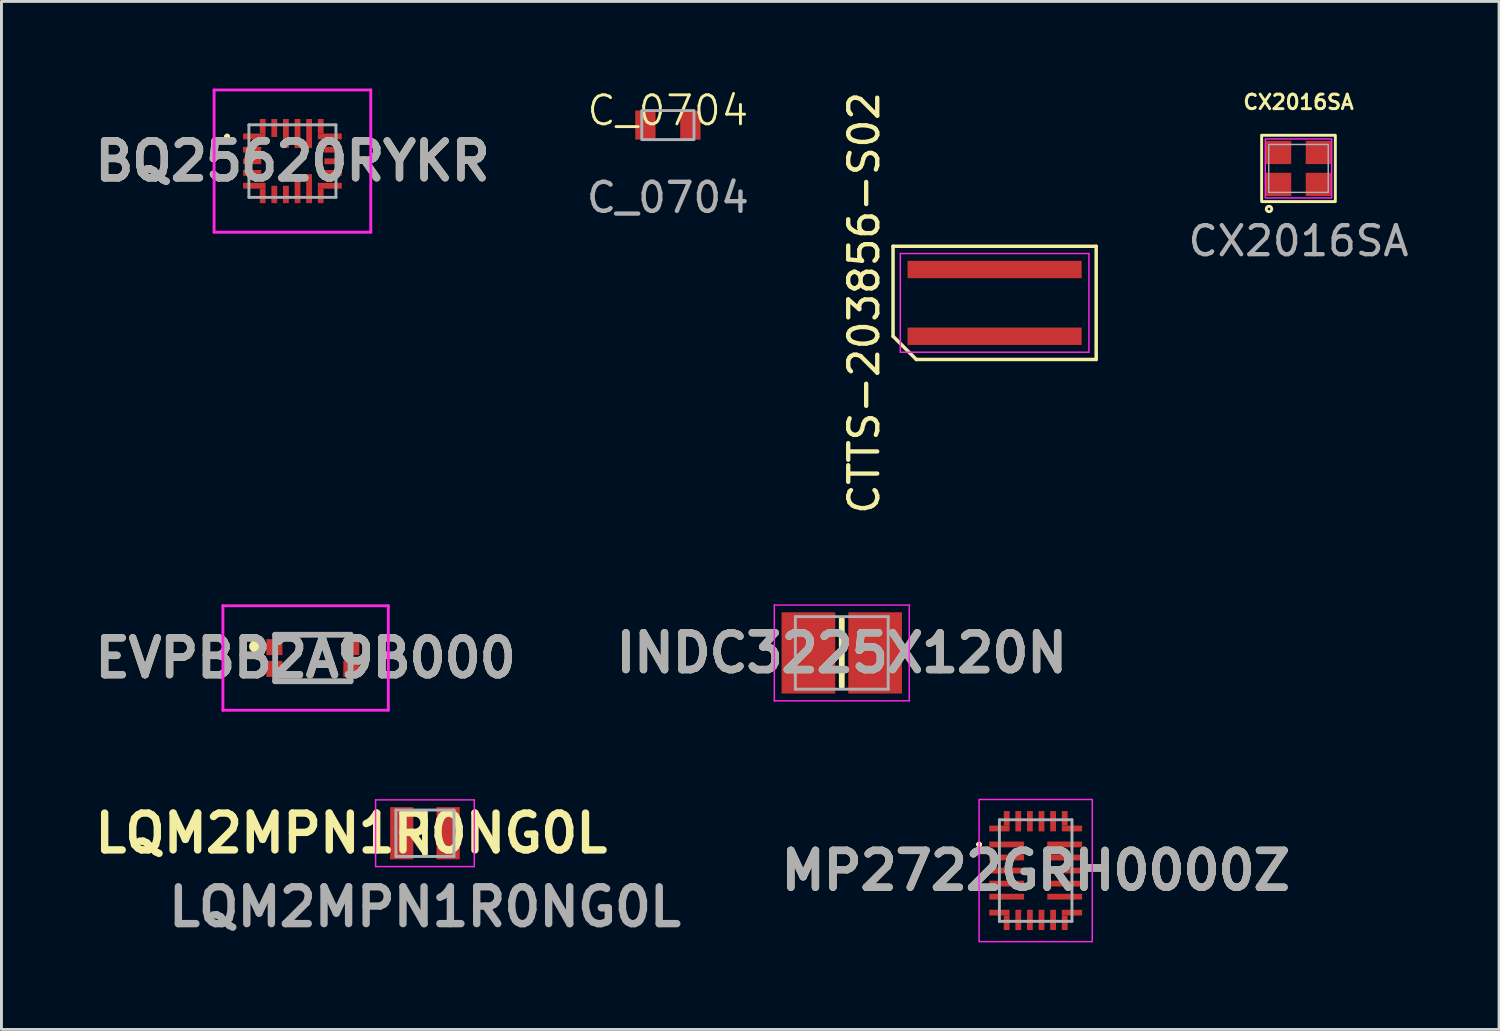
<source format=kicad_pcb>
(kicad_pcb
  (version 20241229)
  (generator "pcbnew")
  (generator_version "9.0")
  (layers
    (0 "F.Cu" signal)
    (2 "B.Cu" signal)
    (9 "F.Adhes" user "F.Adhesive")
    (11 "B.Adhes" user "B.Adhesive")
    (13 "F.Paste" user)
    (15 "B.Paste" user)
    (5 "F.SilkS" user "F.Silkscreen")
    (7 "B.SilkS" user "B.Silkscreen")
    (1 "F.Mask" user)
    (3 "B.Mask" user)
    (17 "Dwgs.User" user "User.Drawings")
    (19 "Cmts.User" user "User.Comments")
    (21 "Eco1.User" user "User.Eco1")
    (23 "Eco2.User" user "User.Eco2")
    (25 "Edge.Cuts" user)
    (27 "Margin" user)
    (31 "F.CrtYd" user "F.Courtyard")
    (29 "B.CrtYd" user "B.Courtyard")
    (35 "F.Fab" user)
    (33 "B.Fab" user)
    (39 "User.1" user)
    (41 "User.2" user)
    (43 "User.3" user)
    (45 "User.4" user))
  (footprint "CX2016SA"
    (layer "F.Cu")
    (at 41.695 2.754)
    (property "Reference" "CX2016SA" (at 0 -2.286 0) (unlocked yes) (layer "F.SilkS") (effects (font (size 0.5 0.5) (thickness 0.1))))
    (attr smd)
    (fp_rect (start -1.27 -1.143) (end 1.27 1.143) (stroke (width 0.1) (type default)) (fill no) (layer "F.SilkS"))
    (fp_circle (center -1.016 1.397) (end -0.972 1.391) (stroke (width 0.1) (type default)) (fill no) (layer "F.SilkS"))
    (fp_rect (start -1.143 -1.016) (end 1.143 1.016) (stroke (width 0.05) (type default)) (fill no) (layer "F.CrtYd"))
    (fp_rect (start 1.025 0.825) (end -1.025 -0.825) (stroke (width 0.05) (type default)) (fill no) (layer "F.Fab"))
    (fp_text user "${REFERENCE}" (at 0 2.5 0) (unlocked yes) (layer "F.Fab") (effects (font (size 1 1) (thickness 0.15))))
    (pad "1" smd rect (at -0.7 0.55) (size 0.9 0.8) (layers "F.Cu" "F.Mask" "F.Paste"))
    (pad "2" smd rect (at 0.7 0.55) (size 0.9 0.8) (layers "F.Cu" "F.Mask" "F.Paste"))
    (pad "3" smd rect (at 0.7 -0.55) (size 0.9 0.8) (layers "F.Cu" "F.Mask" "F.Paste"))
    (pad "4" smd rect (at -0.7 -0.55) (size 0.9 0.8) (layers "F.Cu" "F.Mask" "F.Paste")))
  (footprint "EVPBB2A9B000"
    (layer "F.Cu")
    (at 7.481 19.624)
    (property "Reference" "EVPBB2A9B000" (at 0 0 0) (layer "F.SilkS") (effects (font (size 1.27 1.27) (thickness 0.254))))
    (attr smd)
    (fp_line (start -1.75 -0.5) (end -1.75 -0.5) (stroke (width 0.2) (type solid)) (layer "F.SilkS"))
    (fp_line (start -1.75 -0.3) (end -1.75 -0.3) (stroke (width 0.2) (type solid)) (layer "F.SilkS"))
    (fp_line (start -1.075 0.8) (end 1.575 0.8) (stroke (width 0.1) (type solid)) (layer "F.SilkS"))
    (fp_line (start -1.05 -0.8) (end 1.55 -0.8) (stroke (width 0.1) (type solid)) (layer "F.SilkS"))
    (fp_arc (start -1.75 -0.5) (mid -1.65 -0.4) (end -1.75 -0.3) (stroke (width 0.2) (type solid)) (layer "F.SilkS"))
    (fp_arc (start -1.75 -0.3) (mid -1.85 -0.4) (end -1.75 -0.5) (stroke (width 0.2) (type solid)) (layer "F.SilkS"))
    (fp_line (start -2.85 -1.8) (end 2.85 -1.8) (stroke (width 0.1) (type solid)) (layer "F.CrtYd"))
    (fp_line (start -2.85 1.8) (end -2.85 -1.8) (stroke (width 0.1) (type solid)) (layer "F.CrtYd"))
    (fp_line (start 2.85 -1.8) (end 2.85 1.8) (stroke (width 0.1) (type solid)) (layer "F.CrtYd"))
    (fp_line (start 2.85 1.8) (end -2.85 1.8) (stroke (width 0.1) (type solid)) (layer "F.CrtYd"))
    (fp_line (start -1.05 -0.8) (end 1.55 -0.8) (stroke (width 0.2) (type solid)) (layer "F.Fab"))
    (fp_line (start -1.05 0.8) (end -1.05 -0.8) (stroke (width 0.2) (type solid)) (layer "F.Fab"))
    (fp_line (start 1.55 -0.8) (end 1.55 0.8) (stroke (width 0.2) (type solid)) (layer "F.Fab"))
    (fp_line (start 1.55 0.8) (end -1.05 0.8) (stroke (width 0.2) (type solid)) (layer "F.Fab"))
    (fp_text user "${REFERENCE}" (at 0 0 0) (layer "F.Fab") (effects (font (size 1.27 1.27) (thickness 0.254))))
    (pad "1" smd rect (at -1.075 -0.375 90) (size 0.55 0.55) (layers "F.Cu" "F.Mask" "F.Paste"))
    (pad "1" smd rect (at -1.075 0.375 90) (size 0.55 0.55) (layers "F.Cu" "F.Mask" "F.Paste"))
    (pad "2" smd rect (at 1.575 -0.375 90) (size 0.55 0.55) (layers "F.Cu" "F.Mask" "F.Paste"))
    (pad "2" smd rect (at 1.575 0.375 90) (size 0.55 0.55) (layers "F.Cu" "F.Mask" "F.Paste")))
  (footprint "BQ25620RYKR"
    (layer "F.Cu")
    (at 7.027 2.501)
    (property "Reference" "BQ25620RYKR" (at 0 0 0) (layer "F.SilkS") (effects (font (size 1.27 1.27) (thickness 0.254))))
    (attr smd)
    (fp_line (start -2.3 -0.85) (end -2.3 -0.85) (stroke (width 0.1) (type solid)) (layer "F.SilkS"))
    (fp_line (start -2.2 -0.85) (end -2.2 -0.85) (stroke (width 0.1) (type solid)) (layer "F.SilkS"))
    (fp_arc (start -2.3 -0.85) (mid -2.25 -0.9) (end -2.2 -0.85) (stroke (width 0.1) (type solid)) (layer "F.SilkS"))
    (fp_arc (start -2.2 -0.85) (mid -2.25 -0.8) (end -2.3 -0.85) (stroke (width 0.1) (type solid)) (layer "F.SilkS"))
    (fp_line (start -2.7 -2.451) (end 2.7 -2.451) (stroke (width 0.1) (type solid)) (layer "F.CrtYd"))
    (fp_line (start -2.7 2.45) (end -2.7 -2.451) (stroke (width 0.1) (type solid)) (layer "F.CrtYd"))
    (fp_line (start 2.7 -2.451) (end 2.7 2.45) (stroke (width 0.1) (type solid)) (layer "F.CrtYd"))
    (fp_line (start 2.7 2.45) (end -2.7 2.45) (stroke (width 0.1) (type solid)) (layer "F.CrtYd"))
    (fp_line (start -1.5 -1.25) (end -1.5 1.25) (stroke (width 0.1) (type solid)) (layer "F.Fab"))
    (fp_line (start -1.5 1.25) (end 1.5 1.25) (stroke (width 0.1) (type solid)) (layer "F.Fab"))
    (fp_line (start 1.5 -1.25) (end -1.5 -1.25) (stroke (width 0.1) (type solid)) (layer "F.Fab"))
    (fp_line (start 1.5 1.25) (end 1.5 -1.25) (stroke (width 0.1) (type solid)) (layer "F.Fab"))
    (fp_text user "${REFERENCE}" (at 0 0 0) (layer "F.Fab") (effects (font (size 1.27 1.27) (thickness 0.254))))
    (pad "1" smd rect (at -1.313 -0.85 90) (size 0.2 0.775) (layers "F.Cu" "F.Mask" "F.Paste"))
    (pad "1" smd rect (at -1.025 -1.2) (size 0.2 0.5) (layers "F.Cu" "F.Mask" "F.Paste"))
    (pad "2" smd rect (at -1.388 -0.393 90) (size 0.2 0.625) (layers "F.Cu" "F.Mask" "F.Paste"))
    (pad "3" smd rect (at -1.388 0.007 90) (size 0.2 0.625) (layers "F.Cu" "F.Mask" "F.Paste"))
    (pad "4" smd rect (at -1.388 0.407 90) (size 0.2 0.625) (layers "F.Cu" "F.Mask" "F.Paste"))
    (pad "5" smd rect (at -1.313 0.85 90) (size 0.2 0.775) (layers "F.Cu" "F.Mask" "F.Paste"))
    (pad "5" smd rect (at -1.025 1.2) (size 0.2 0.5) (layers "F.Cu" "F.Mask" "F.Paste"))
    (pad "6" smd rect (at -0.625 1.15) (size 0.2 0.6) (layers "F.Cu" "F.Mask" "F.Paste"))
    (pad "7" smd rect (at -0.225 1.15) (size 0.2 0.6) (layers "F.Cu" "F.Mask" "F.Paste"))
    (pad "8" smd rect (at 0.175 0.95) (size 0.2 1) (layers "F.Cu" "F.Mask" "F.Paste"))
    (pad "9" smd rect (at 0.575 0.95) (size 0.2 1) (layers "F.Cu" "F.Mask" "F.Paste"))
    (pad "10" smd rect (at 0.975 1.2) (size 0.2 0.5) (layers "F.Cu" "F.Mask" "F.Paste"))
    (pad "10" smd rect (at 1.288 0.85 90) (size 0.2 0.825) (layers "F.Cu" "F.Mask" "F.Paste"))
    (pad "11" smd rect (at 1.4 0.407 90) (size 0.2 0.6) (layers "F.Cu" "F.Mask" "F.Paste"))
    (pad "12" smd rect (at 1.4 0.007 90) (size 0.2 0.6) (layers "F.Cu" "F.Mask" "F.Paste"))
    (pad "13" smd rect (at 1.4 -0.393 90) (size 0.2 0.6) (layers "F.Cu" "F.Mask" "F.Paste"))
    (pad "14" smd rect (at 0.975 -1.2) (size 0.2 0.5) (layers "F.Cu" "F.Mask" "F.Paste"))
    (pad "14" smd rect (at 1.288 -0.85 90) (size 0.2 0.825) (layers "F.Cu" "F.Mask" "F.Paste"))
    (pad "15" smd rect (at 0.575 -0.95) (size 0.2 1) (layers "F.Cu" "F.Mask" "F.Paste"))
    (pad "16" smd rect (at 0.175 -0.95) (size 0.2 1) (layers "F.Cu" "F.Mask" "F.Paste"))
    (pad "17" smd rect (at -0.225 -0.95) (size 0.2 1) (layers "F.Cu" "F.Mask" "F.Paste"))
    (pad "18" smd rect (at -0.625 -1.141) (size 0.2 0.619) (layers "F.Cu" "F.Mask" "F.Paste")))
  (footprint "MP2722GRH0000Z"
    (layer "F.Cu")
    (at 32.639 26.949)
    (property "Reference" "MP2722GRH0000Z" (at 0 0 0) (layer "F.SilkS") (effects (font (size 1.27 1.27) (thickness 0.254))))
    (attr smd)
    (fp_line (start -2 -0.9) (end -2 -0.9) (stroke (width 0.1) (type solid)) (layer "F.SilkS"))
    (fp_line (start -1.9 -0.9) (end -1.9 -0.9) (stroke (width 0.1) (type solid)) (layer "F.SilkS"))
    (fp_arc (start -2 -0.9) (mid -1.95 -0.95) (end -1.9 -0.9) (stroke (width 0.1) (type solid)) (layer "F.SilkS"))
    (fp_arc (start -1.9 -0.9) (mid -1.95 -0.85) (end -2 -0.9) (stroke (width 0.1) (type solid)) (layer "F.SilkS"))
    (fp_rect (start -1.95 -2.45) (end 1.95 2.45) (stroke (width 0.05) (type default)) (fill no) (layer "F.CrtYd"))
    (fp_line (start -1.25 -1.75) (end 1.25 -1.75) (stroke (width 0.1) (type solid)) (layer "F.Fab"))
    (fp_line (start -1.25 1.75) (end -1.25 -1.75) (stroke (width 0.1) (type solid)) (layer "F.Fab"))
    (fp_line (start 1.25 -1.75) (end 1.25 1.75) (stroke (width 0.1) (type solid)) (layer "F.Fab"))
    (fp_line (start 1.25 1.75) (end -1.25 1.75) (stroke (width 0.1) (type solid)) (layer "F.Fab"))
    (fp_text user "${REFERENCE}" (at 0 0 0) (layer "F.Fab") (effects (font (size 1.27 1.27) (thickness 0.254))))
    (pad "1" smd rect (at -1 -0.9 90) (size 0.2 1.2) (layers "F.Cu" "F.Mask" "F.Paste"))
    (pad "2" smd rect (at -1 -0.45 90) (size 0.2 1.2) (layers "F.Cu" "F.Mask" "F.Paste"))
    (pad "3" smd rect (at -1 0 90) (size 0.2 1.2) (layers "F.Cu" "F.Mask" "F.Paste"))
    (pad "4" smd rect (at -1 0.45 90) (size 0.2 1.2) (layers "F.Cu" "F.Mask" "F.Paste"))
    (pad "5" smd rect (at -1 0.9 90) (size 0.2 1.2) (layers "F.Cu" "F.Mask" "F.Paste"))
    (pad "6" smd rect (at -1.25 1.45 90) (size 0.2 0.7) (layers "F.Cu" "F.Mask" "F.Paste"))
    (pad "6" smd rect (at -1 1.8) (size 0.2 0.5) (layers "F.Cu" "F.Mask" "F.Paste"))
    (pad "7" smd rect (at -0.6 1.7) (size 0.2 0.7) (layers "F.Cu" "F.Mask" "F.Paste"))
    (pad "8" smd rect (at -0.2 1.7) (size 0.2 0.7) (layers "F.Cu" "F.Mask" "F.Paste"))
    (pad "9" smd rect (at 0.2 1.7) (size 0.2 0.7) (layers "F.Cu" "F.Mask" "F.Paste"))
    (pad "10" smd rect (at 0.6 1.7) (size 0.2 0.7) (layers "F.Cu" "F.Mask" "F.Paste"))
    (pad "11" smd rect (at 1 1.8) (size 0.2 0.5) (layers "F.Cu" "F.Mask" "F.Paste"))
    (pad "11" smd rect (at 1.25 1.45 90) (size 0.2 0.7) (layers "F.Cu" "F.Mask" "F.Paste"))
    (pad "12" smd rect (at 1 0.9 90) (size 0.2 1.2) (layers "F.Cu" "F.Mask" "F.Paste"))
    (pad "13" smd rect (at 1 0.45 90) (size 0.2 1.2) (layers "F.Cu" "F.Mask" "F.Paste"))
    (pad "14" smd rect (at 1 0 90) (size 0.2 1.2) (layers "F.Cu" "F.Mask" "F.Paste"))
    (pad "15" smd rect (at 1 -0.45 90) (size 0.2 1.2) (layers "F.Cu" "F.Mask" "F.Paste"))
    (pad "16" smd rect (at 1 -0.9 90) (size 0.2 1.2) (layers "F.Cu" "F.Mask" "F.Paste"))
    (pad "17" smd rect (at 1 -1.8) (size 0.2 0.5) (layers "F.Cu" "F.Mask" "F.Paste"))
    (pad "17" smd rect (at 1.25 -1.45 90) (size 0.2 0.7) (layers "F.Cu" "F.Mask" "F.Paste"))
    (pad "18" smd rect (at 0.6 -1.7) (size 0.2 0.7) (layers "F.Cu" "F.Mask" "F.Paste"))
    (pad "19" smd rect (at 0.2 -1.7) (size 0.2 0.7) (layers "F.Cu" "F.Mask" "F.Paste"))
    (pad "20" smd rect (at -0.2 -1.7) (size 0.2 0.7) (layers "F.Cu" "F.Mask" "F.Paste"))
    (pad "21" smd rect (at -0.6 -1.7) (size 0.2 0.7) (layers "F.Cu" "F.Mask" "F.Paste"))
    (pad "22" smd rect (at -1.25 -1.45 90) (size 0.2 0.7) (layers "F.Cu" "F.Mask" "F.Paste"))
    (pad "22" smd rect (at -1 -1.8) (size 0.2 0.5) (layers "F.Cu" "F.Mask" "F.Paste")))
  (footprint "INDC3225X120N"
    (layer "F.Cu")
    (at 25.957 19.449)
    (property "Reference" "INDC3225X120N" (at 0 0 0) (layer "F.SilkS") (effects (font (size 1.27 1.27) (thickness 0.254))))
    (attr smd)
    (fp_line (start 0 -1.15) (end 0 1.15) (stroke (width 0.2) (type solid)) (layer "F.SilkS"))
    (fp_line (start -2.325 -1.65) (end 2.325 -1.65) (stroke (width 0.05) (type solid)) (layer "F.CrtYd"))
    (fp_line (start -2.325 1.65) (end -2.325 -1.65) (stroke (width 0.05) (type solid)) (layer "F.CrtYd"))
    (fp_line (start 2.325 -1.65) (end 2.325 1.65) (stroke (width 0.05) (type solid)) (layer "F.CrtYd"))
    (fp_line (start 2.325 1.65) (end -2.325 1.65) (stroke (width 0.05) (type solid)) (layer "F.CrtYd"))
    (fp_line (start -1.6 -1.25) (end 1.6 -1.25) (stroke (width 0.1) (type solid)) (layer "F.Fab"))
    (fp_line (start -1.6 1.25) (end -1.6 -1.25) (stroke (width 0.1) (type solid)) (layer "F.Fab"))
    (fp_line (start 1.6 -1.25) (end 1.6 1.25) (stroke (width 0.1) (type solid)) (layer "F.Fab"))
    (fp_line (start 1.6 1.25) (end -1.6 1.25) (stroke (width 0.1) (type solid)) (layer "F.Fab"))
    (fp_text user "${REFERENCE}" (at 0 0 0) (layer "F.Fab") (effects (font (size 1.27 1.27) (thickness 0.254))))
    (pad "1" smd rect (at -1.15 0) (size 1.85 2.8) (layers "F.Cu" "F.Mask" "F.Paste"))
    (pad "2" smd rect (at 1.15 0) (size 1.85 2.8) (layers "F.Cu" "F.Mask" "F.Paste")))
  (footprint "LQM2MPN1R0NG0L"
    (layer "F.Cu")
    (at 11.593 25.663)
    (property "Reference" "LQM2MPN1R0NG0L" (at -2.54 0 0) (layer "F.SilkS") (effects (font (size 1.27 1.27) (thickness 0.254))))
    (attr smd)
    (fp_line (start 0 -0.7) (end 0 0.7) (stroke (width 0.2) (type solid)) (layer "F.SilkS"))
    (fp_line (start -1.7 -1.15) (end 1.7 -1.15) (stroke (width 0.05) (type solid)) (layer "F.CrtYd"))
    (fp_line (start -1.7 1.15) (end -1.7 -1.15) (stroke (width 0.05) (type solid)) (layer "F.CrtYd"))
    (fp_line (start 1.7 -1.15) (end 1.7 1.15) (stroke (width 0.05) (type solid)) (layer "F.CrtYd"))
    (fp_line (start 1.7 1.15) (end -1.7 1.15) (stroke (width 0.05) (type solid)) (layer "F.CrtYd"))
    (fp_line (start -1 -0.8) (end 1 -0.8) (stroke (width 0.1) (type solid)) (layer "F.Fab"))
    (fp_line (start -1 0.8) (end -1 -0.8) (stroke (width 0.1) (type solid)) (layer "F.Fab"))
    (fp_line (start 1 -0.8) (end 1 0.8) (stroke (width 0.1) (type solid)) (layer "F.Fab"))
    (fp_line (start 1 0.8) (end -1 0.8) (stroke (width 0.1) (type solid)) (layer "F.Fab"))
    (fp_text user "${REFERENCE}" (at 0 2.54 0) (layer "F.Fab") (effects (font (size 1.27 1.27) (thickness 0.254))))
    (pad "1" smd rect (at -0.8 0) (size 0.8 1.8) (layers "F.Cu" "F.Mask" "F.Paste"))
    (pad "2" smd rect (at 0.8 0) (size 0.8 1.8) (layers "F.Cu" "F.Mask" "F.Paste")))
  (footprint "C_0704"
    (layer "F.Cu")
    (at 19.965 1.26)
    (property "Reference" "C_0704" (at 0 -0.5 0) (unlocked yes) (layer "F.SilkS") (effects (font (size 1 1) (thickness 0.1))))
    (attr smd)
    (fp_rect (start -0.9 0.5) (end 0.9 -0.5) (stroke (width 0.1) (type default)) (fill no) (layer "F.Fab"))
    (fp_text user "${REFERENCE}" (at 0 2.5 0) (unlocked yes) (layer "F.Fab") (effects (font (size 1 1) (thickness 0.15))))
    (pad "1" smd rect (at -0.775 0) (size 0.7 1) (layers "F.Cu" "F.Mask" "F.Paste"))
    (pad "2" smd rect (at 0.775 0) (size 0.7 1) (layers "F.Cu" "F.Mask" "F.Paste")))
  (footprint "CTTS-203856-S02"
    (layer "F.Cu")
    (at 31.224 7.387)
    (property "Reference" "CTTS-203856-S02" (at -4.5 0 90) (layer "F.SilkS") (effects (font (size 1 1) (thickness 0.15))))
    (attr through_hole)
    (fp_line (start -3.5 -1.95) (end 3.5 -1.95) (stroke (width 0.12) (type default)) (layer "F.SilkS"))
    (fp_line (start -3.5 1.15) (end -3.5 -1.95) (stroke (width 0.12) (type default)) (layer "F.SilkS"))
    (fp_line (start -2.7 1.95) (end -3.5 1.15) (stroke (width 0.12) (type default)) (layer "F.SilkS"))
    (fp_line (start 3.5 -1.95) (end 3.5 1.95) (stroke (width 0.12) (type default)) (layer "F.SilkS"))
    (fp_line (start 3.5 1.95) (end -2.7 1.95) (stroke (width 0.12) (type default)) (layer "F.SilkS"))
    (fp_line (start -3.25 -1.7) (end 3.25 -1.7) (stroke (width 0.05) (type default)) (layer "F.CrtYd"))
    (fp_line (start -3.25 1.7) (end -3.25 -1.7) (stroke (width 0.05) (type default)) (layer "F.CrtYd"))
    (fp_line (start 3.25 -1.7) (end 3.25 1.7) (stroke (width 0.05) (type default)) (layer "F.CrtYd"))
    (fp_line (start 3.25 1.7) (end -3.25 1.7) (stroke (width 0.05) (type default)) (layer "F.CrtYd"))
    (pad "1" smd rect (at 0 1.15) (size 6 0.6) (layers "F.Cu" "F.Mask" "F.Paste"))
    (pad "2" smd rect (at 0 -1.15) (size 6 0.6) (layers "F.Cu" "F.Mask" "F.Paste")))
  (gr_rect
    (start -3 -3)
    (end 48.606 32.424)
    (stroke (width 0.1) (type default))
    (fill no)
    (layer "Edge.Cuts")))
</source>
